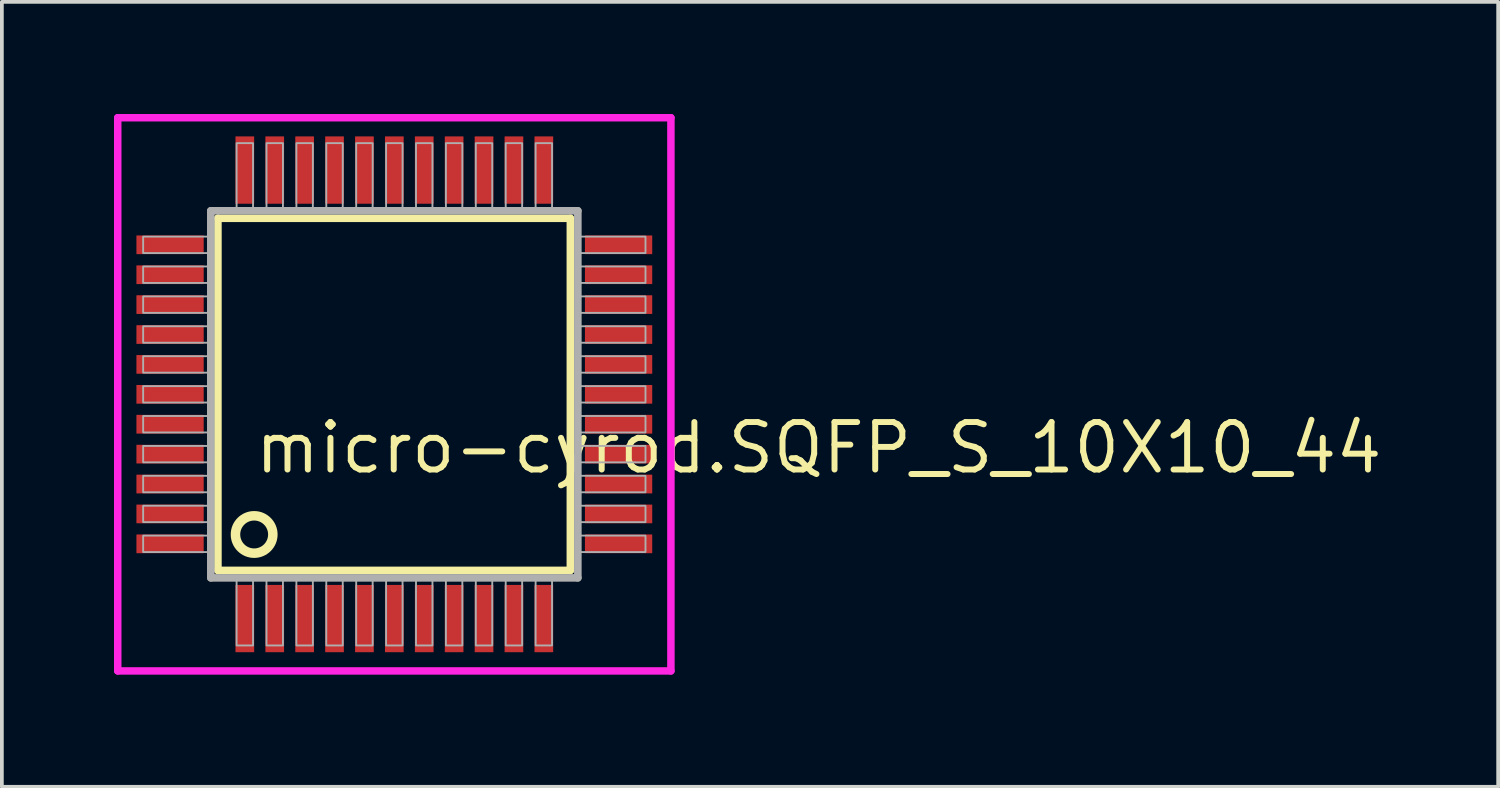
<source format=kicad_pcb>
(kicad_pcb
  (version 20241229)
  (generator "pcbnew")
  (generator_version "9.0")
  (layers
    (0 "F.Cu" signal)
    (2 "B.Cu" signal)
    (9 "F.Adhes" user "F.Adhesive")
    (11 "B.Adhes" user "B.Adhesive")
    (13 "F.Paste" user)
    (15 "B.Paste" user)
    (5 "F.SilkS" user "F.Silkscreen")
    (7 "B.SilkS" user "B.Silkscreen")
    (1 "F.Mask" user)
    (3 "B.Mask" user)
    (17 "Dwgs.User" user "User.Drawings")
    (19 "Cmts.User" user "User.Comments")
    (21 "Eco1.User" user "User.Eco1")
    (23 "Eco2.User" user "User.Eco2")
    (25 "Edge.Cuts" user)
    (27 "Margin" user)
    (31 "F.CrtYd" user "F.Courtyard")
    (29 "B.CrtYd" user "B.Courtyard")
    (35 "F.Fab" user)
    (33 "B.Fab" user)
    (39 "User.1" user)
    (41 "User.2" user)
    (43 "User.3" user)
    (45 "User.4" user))
  (footprint "micro-cyrod.SQFP_S_10X10_44"
    (layer "F.Cu")
    (at 7.5 7.5)
    (property "Reference" "micro-cyrod.SQFP_S_10X10_44" (at -3.81 2.175 0) (layer "F.SilkS") (effects (font (size 1.27 1.27) (thickness 0.16)) (justify left bottom)))
    (attr smd)
    (fp_line (start -4.72 -4.71) (end 4.71 -4.71) (stroke (width 0.203) (type default)) (layer "F.SilkS"))
    (fp_line (start -4.72 4.71) (end -4.72 -4.71) (stroke (width 0.203) (type default)) (layer "F.SilkS"))
    (fp_line (start 4.71 -4.71) (end 4.71 4.71) (stroke (width 0.203) (type default)) (layer "F.SilkS"))
    (fp_line (start 4.71 4.71) (end -4.72 4.71) (stroke (width 0.203) (type default)) (layer "F.SilkS"))
    (fp_circle (center -3.75 3.75) (end -3.25 3.75) (stroke (width 0.254) (type default)) (fill no) (layer "F.SilkS"))
    (fp_line (start -7.4 -7.4) (end 7.4 -7.4) (stroke (width 0.2) (type default)) (layer "F.CrtYd"))
    (fp_line (start -7.4 7.4) (end -7.4 -7.4) (stroke (width 0.2) (type default)) (layer "F.CrtYd"))
    (fp_line (start 7.4 -7.4) (end 7.4 7.4) (stroke (width 0.2) (type default)) (layer "F.CrtYd"))
    (fp_line (start 7.4 7.4) (end -7.4 7.4) (stroke (width 0.2) (type default)) (layer "F.CrtYd"))
    (fp_line (start -4.91 -4.91) (end -4.91 4.91) (stroke (width 0.203) (type default)) (layer "F.Fab"))
    (fp_line (start -4.91 4.91) (end 4.91 4.91) (stroke (width 0.203) (type default)) (layer "F.Fab"))
    (fp_line (start 4.91 -4.91) (end -4.91 -4.91) (stroke (width 0.203) (type default)) (layer "F.Fab"))
    (fp_line (start 4.91 4.91) (end 4.91 -4.91) (stroke (width 0.203) (type default)) (layer "F.Fab"))
    (fp_rect (start -6.72 -3.78) (end -4.95 -4.22) (stroke (width 0.05) (type default)) (fill no) (layer "F.Fab"))
    (fp_rect (start -6.72 -2.98) (end -4.95 -3.42) (stroke (width 0.05) (type default)) (fill no) (layer "F.Fab"))
    (fp_rect (start -6.72 -2.18) (end -4.95 -2.62) (stroke (width 0.05) (type default)) (fill no) (layer "F.Fab"))
    (fp_rect (start -6.72 -1.38) (end -4.95 -1.82) (stroke (width 0.05) (type default)) (fill no) (layer "F.Fab"))
    (fp_rect (start -6.72 -0.58) (end -4.95 -1.02) (stroke (width 0.05) (type default)) (fill no) (layer "F.Fab"))
    (fp_rect (start -6.72 0.22) (end -4.95 -0.22) (stroke (width 0.05) (type default)) (fill no) (layer "F.Fab"))
    (fp_rect (start -6.72 1.02) (end -4.95 0.58) (stroke (width 0.05) (type default)) (fill no) (layer "F.Fab"))
    (fp_rect (start -6.72 1.82) (end -4.95 1.38) (stroke (width 0.05) (type default)) (fill no) (layer "F.Fab"))
    (fp_rect (start -6.72 2.62) (end -4.95 2.18) (stroke (width 0.05) (type default)) (fill no) (layer "F.Fab"))
    (fp_rect (start -6.72 3.42) (end -4.95 2.98) (stroke (width 0.05) (type default)) (fill no) (layer "F.Fab"))
    (fp_rect (start -6.72 4.22) (end -4.95 3.78) (stroke (width 0.05) (type default)) (fill no) (layer "F.Fab"))
    (fp_rect (start -4.22 -4.95) (end -3.78 -6.72) (stroke (width 0.05) (type default)) (fill no) (layer "F.Fab"))
    (fp_rect (start -4.22 6.72) (end -3.78 4.95) (stroke (width 0.05) (type default)) (fill no) (layer "F.Fab"))
    (fp_rect (start -3.42 -4.95) (end -2.98 -6.72) (stroke (width 0.05) (type default)) (fill no) (layer "F.Fab"))
    (fp_rect (start -3.42 6.72) (end -2.98 4.95) (stroke (width 0.05) (type default)) (fill no) (layer "F.Fab"))
    (fp_rect (start -2.62 -4.95) (end -2.18 -6.72) (stroke (width 0.05) (type default)) (fill no) (layer "F.Fab"))
    (fp_rect (start -2.62 6.72) (end -2.18 4.95) (stroke (width 0.05) (type default)) (fill no) (layer "F.Fab"))
    (fp_rect (start -1.82 -4.95) (end -1.38 -6.72) (stroke (width 0.05) (type default)) (fill no) (layer "F.Fab"))
    (fp_rect (start -1.82 6.72) (end -1.38 4.95) (stroke (width 0.05) (type default)) (fill no) (layer "F.Fab"))
    (fp_rect (start -1.02 -4.95) (end -0.58 -6.72) (stroke (width 0.05) (type default)) (fill no) (layer "F.Fab"))
    (fp_rect (start -1.02 6.72) (end -0.58 4.95) (stroke (width 0.05) (type default)) (fill no) (layer "F.Fab"))
    (fp_rect (start -0.22 -4.95) (end 0.22 -6.72) (stroke (width 0.05) (type default)) (fill no) (layer "F.Fab"))
    (fp_rect (start -0.22 6.72) (end 0.22 4.95) (stroke (width 0.05) (type default)) (fill no) (layer "F.Fab"))
    (fp_rect (start 0.58 -4.95) (end 1.02 -6.72) (stroke (width 0.05) (type default)) (fill no) (layer "F.Fab"))
    (fp_rect (start 0.58 6.72) (end 1.02 4.95) (stroke (width 0.05) (type default)) (fill no) (layer "F.Fab"))
    (fp_rect (start 1.38 -4.95) (end 1.82 -6.72) (stroke (width 0.05) (type default)) (fill no) (layer "F.Fab"))
    (fp_rect (start 1.38 6.72) (end 1.82 4.95) (stroke (width 0.05) (type default)) (fill no) (layer "F.Fab"))
    (fp_rect (start 2.18 -4.95) (end 2.62 -6.72) (stroke (width 0.05) (type default)) (fill no) (layer "F.Fab"))
    (fp_rect (start 2.18 6.72) (end 2.62 4.95) (stroke (width 0.05) (type default)) (fill no) (layer "F.Fab"))
    (fp_rect (start 2.98 -4.95) (end 3.42 -6.72) (stroke (width 0.05) (type default)) (fill no) (layer "F.Fab"))
    (fp_rect (start 2.98 6.72) (end 3.42 4.95) (stroke (width 0.05) (type default)) (fill no) (layer "F.Fab"))
    (fp_rect (start 3.78 -4.95) (end 4.22 -6.72) (stroke (width 0.05) (type default)) (fill no) (layer "F.Fab"))
    (fp_rect (start 3.78 6.72) (end 4.22 4.95) (stroke (width 0.05) (type default)) (fill no) (layer "F.Fab"))
    (fp_rect (start 4.95 -3.78) (end 6.72 -4.22) (stroke (width 0.05) (type default)) (fill no) (layer "F.Fab"))
    (fp_rect (start 4.95 -2.98) (end 6.72 -3.42) (stroke (width 0.05) (type default)) (fill no) (layer "F.Fab"))
    (fp_rect (start 4.95 -2.18) (end 6.72 -2.62) (stroke (width 0.05) (type default)) (fill no) (layer "F.Fab"))
    (fp_rect (start 4.95 -1.38) (end 6.72 -1.82) (stroke (width 0.05) (type default)) (fill no) (layer "F.Fab"))
    (fp_rect (start 4.95 -0.58) (end 6.72 -1.02) (stroke (width 0.05) (type default)) (fill no) (layer "F.Fab"))
    (fp_rect (start 4.95 0.22) (end 6.72 -0.22) (stroke (width 0.05) (type default)) (fill no) (layer "F.Fab"))
    (fp_rect (start 4.95 1.02) (end 6.72 0.58) (stroke (width 0.05) (type default)) (fill no) (layer "F.Fab"))
    (fp_rect (start 4.95 1.82) (end 6.72 1.38) (stroke (width 0.05) (type default)) (fill no) (layer "F.Fab"))
    (fp_rect (start 4.95 2.62) (end 6.72 2.18) (stroke (width 0.05) (type default)) (fill no) (layer "F.Fab"))
    (fp_rect (start 4.95 3.42) (end 6.72 2.98) (stroke (width 0.05) (type default)) (fill no) (layer "F.Fab"))
    (fp_rect (start 4.95 4.22) (end 6.72 3.78) (stroke (width 0.05) (type default)) (fill no) (layer "F.Fab"))
    (pad "1" smd roundrect (at -4 6) (size 0.5 1.8) (layers "F.Cu" "F.Mask" "F.Paste") (roundrect_rratio 0.01))
    (pad "2" smd roundrect (at -3.2 6) (size 0.5 1.8) (layers "F.Cu" "F.Mask" "F.Paste") (roundrect_rratio 0.01))
    (pad "3" smd roundrect (at -2.4 6) (size 0.5 1.8) (layers "F.Cu" "F.Mask" "F.Paste") (roundrect_rratio 0.01))
    (pad "4" smd roundrect (at -1.6 6) (size 0.5 1.8) (layers "F.Cu" "F.Mask" "F.Paste") (roundrect_rratio 0.01))
    (pad "5" smd roundrect (at -0.8 6) (size 0.5 1.8) (layers "F.Cu" "F.Mask" "F.Paste") (roundrect_rratio 0.01))
    (pad "6" smd roundrect (at 0 6) (size 0.5 1.8) (layers "F.Cu" "F.Mask" "F.Paste") (roundrect_rratio 0.01))
    (pad "7" smd roundrect (at 0.8 6) (size 0.5 1.8) (layers "F.Cu" "F.Mask" "F.Paste") (roundrect_rratio 0.01))
    (pad "8" smd roundrect (at 1.6 6) (size 0.5 1.8) (layers "F.Cu" "F.Mask" "F.Paste") (roundrect_rratio 0.01))
    (pad "9" smd roundrect (at 2.4 6) (size 0.5 1.8) (layers "F.Cu" "F.Mask" "F.Paste") (roundrect_rratio 0.01))
    (pad "10" smd roundrect (at 3.2 6) (size 0.5 1.8) (layers "F.Cu" "F.Mask" "F.Paste") (roundrect_rratio 0.01))
    (pad "11" smd roundrect (at 4 6) (size 0.5 1.8) (layers "F.Cu" "F.Mask" "F.Paste") (roundrect_rratio 0.01))
    (pad "12" smd roundrect (at 6 4) (size 1.8 0.5) (layers "F.Cu" "F.Mask" "F.Paste") (roundrect_rratio 0.01))
    (pad "13" smd roundrect (at 6 3.2) (size 1.8 0.5) (layers "F.Cu" "F.Mask" "F.Paste") (roundrect_rratio 0.01))
    (pad "14" smd roundrect (at 6 2.4) (size 1.8 0.5) (layers "F.Cu" "F.Mask" "F.Paste") (roundrect_rratio 0.01))
    (pad "15" smd roundrect (at 6 1.6) (size 1.8 0.5) (layers "F.Cu" "F.Mask" "F.Paste") (roundrect_rratio 0.01))
    (pad "16" smd roundrect (at 6 0.8) (size 1.8 0.5) (layers "F.Cu" "F.Mask" "F.Paste") (roundrect_rratio 0.01))
    (pad "17" smd roundrect (at 6 0) (size 1.8 0.5) (layers "F.Cu" "F.Mask" "F.Paste") (roundrect_rratio 0.01))
    (pad "18" smd roundrect (at 6 -0.8) (size 1.8 0.5) (layers "F.Cu" "F.Mask" "F.Paste") (roundrect_rratio 0.01))
    (pad "19" smd roundrect (at 6 -1.6) (size 1.8 0.5) (layers "F.Cu" "F.Mask" "F.Paste") (roundrect_rratio 0.01))
    (pad "20" smd roundrect (at 6 -2.4) (size 1.8 0.5) (layers "F.Cu" "F.Mask" "F.Paste") (roundrect_rratio 0.01))
    (pad "21" smd roundrect (at 6 -3.2) (size 1.8 0.5) (layers "F.Cu" "F.Mask" "F.Paste") (roundrect_rratio 0.01))
    (pad "22" smd roundrect (at 6 -4) (size 1.8 0.5) (layers "F.Cu" "F.Mask" "F.Paste") (roundrect_rratio 0.01))
    (pad "23" smd roundrect (at 4 -6) (size 0.5 1.8) (layers "F.Cu" "F.Mask" "F.Paste") (roundrect_rratio 0.01))
    (pad "24" smd roundrect (at 3.2 -6) (size 0.5 1.8) (layers "F.Cu" "F.Mask" "F.Paste") (roundrect_rratio 0.01))
    (pad "25" smd roundrect (at 2.4 -6) (size 0.5 1.8) (layers "F.Cu" "F.Mask" "F.Paste") (roundrect_rratio 0.01))
    (pad "26" smd roundrect (at 1.6 -6) (size 0.5 1.8) (layers "F.Cu" "F.Mask" "F.Paste") (roundrect_rratio 0.01))
    (pad "27" smd roundrect (at 0.8 -6) (size 0.5 1.8) (layers "F.Cu" "F.Mask" "F.Paste") (roundrect_rratio 0.01))
    (pad "28" smd roundrect (at 0 -6) (size 0.5 1.8) (layers "F.Cu" "F.Mask" "F.Paste") (roundrect_rratio 0.01))
    (pad "29" smd roundrect (at -0.8 -6) (size 0.5 1.8) (layers "F.Cu" "F.Mask" "F.Paste") (roundrect_rratio 0.01))
    (pad "30" smd roundrect (at -1.6 -6) (size 0.5 1.8) (layers "F.Cu" "F.Mask" "F.Paste") (roundrect_rratio 0.01))
    (pad "31" smd roundrect (at -2.4 -6) (size 0.5 1.8) (layers "F.Cu" "F.Mask" "F.Paste") (roundrect_rratio 0.01))
    (pad "32" smd roundrect (at -3.2 -6) (size 0.5 1.8) (layers "F.Cu" "F.Mask" "F.Paste") (roundrect_rratio 0.01))
    (pad "33" smd roundrect (at -4 -6) (size 0.5 1.8) (layers "F.Cu" "F.Mask" "F.Paste") (roundrect_rratio 0.01))
    (pad "34" smd roundrect (at -6 -4) (size 1.8 0.5) (layers "F.Cu" "F.Mask" "F.Paste") (roundrect_rratio 0.01))
    (pad "35" smd roundrect (at -6 -3.2) (size 1.8 0.5) (layers "F.Cu" "F.Mask" "F.Paste") (roundrect_rratio 0.01))
    (pad "36" smd roundrect (at -6 -2.4) (size 1.8 0.5) (layers "F.Cu" "F.Mask" "F.Paste") (roundrect_rratio 0.01))
    (pad "37" smd roundrect (at -6 -1.6) (size 1.8 0.5) (layers "F.Cu" "F.Mask" "F.Paste") (roundrect_rratio 0.01))
    (pad "38" smd roundrect (at -6 -0.8) (size 1.8 0.5) (layers "F.Cu" "F.Mask" "F.Paste") (roundrect_rratio 0.01))
    (pad "39" smd roundrect (at -6 0) (size 1.8 0.5) (layers "F.Cu" "F.Mask" "F.Paste") (roundrect_rratio 0.01))
    (pad "40" smd roundrect (at -6 0.8) (size 1.8 0.5) (layers "F.Cu" "F.Mask" "F.Paste") (roundrect_rratio 0.01))
    (pad "41" smd roundrect (at -6 1.6) (size 1.8 0.5) (layers "F.Cu" "F.Mask" "F.Paste") (roundrect_rratio 0.01))
    (pad "42" smd roundrect (at -6 2.4) (size 1.8 0.5) (layers "F.Cu" "F.Mask" "F.Paste") (roundrect_rratio 0.01))
    (pad "43" smd roundrect (at -6 3.2) (size 1.8 0.5) (layers "F.Cu" "F.Mask" "F.Paste") (roundrect_rratio 0.01))
    (pad "44" smd roundrect (at -6 4) (size 1.8 0.5) (layers "F.Cu" "F.Mask" "F.Paste") (roundrect_rratio 0.01)))
  (gr_rect
    (start -3 -3)
    (end 37.033 18)
    (stroke (width 0.1) (type default))
    (fill no)
    (layer "Edge.Cuts")))
</source>
